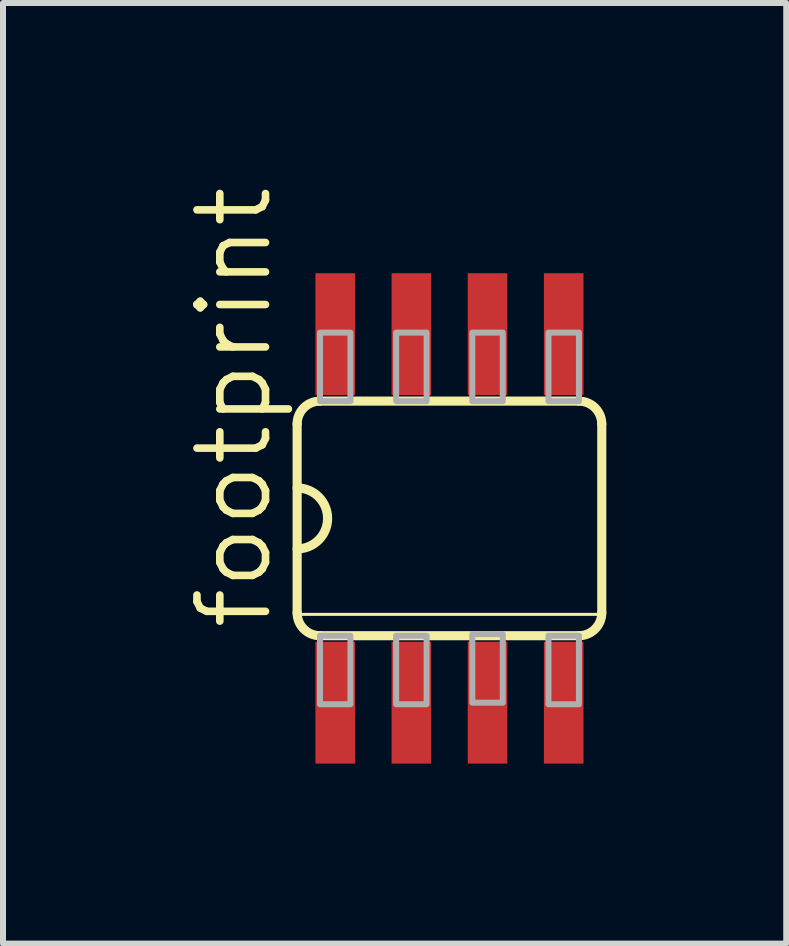
<source format=kicad_pcb>
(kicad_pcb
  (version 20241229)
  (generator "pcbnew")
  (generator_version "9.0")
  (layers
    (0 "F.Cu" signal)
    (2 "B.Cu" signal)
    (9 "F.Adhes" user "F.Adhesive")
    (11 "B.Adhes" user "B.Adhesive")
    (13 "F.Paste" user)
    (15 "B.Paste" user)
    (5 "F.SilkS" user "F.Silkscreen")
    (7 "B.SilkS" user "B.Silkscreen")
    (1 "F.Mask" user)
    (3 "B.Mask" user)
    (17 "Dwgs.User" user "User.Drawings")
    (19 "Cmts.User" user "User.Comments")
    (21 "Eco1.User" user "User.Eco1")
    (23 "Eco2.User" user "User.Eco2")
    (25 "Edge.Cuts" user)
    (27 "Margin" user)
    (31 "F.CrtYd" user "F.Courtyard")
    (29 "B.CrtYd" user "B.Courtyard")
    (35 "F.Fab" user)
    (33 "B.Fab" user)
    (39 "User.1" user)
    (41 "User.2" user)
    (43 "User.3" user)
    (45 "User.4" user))
  (footprint "footprint"
    (layer "F.Cu")
    (at 4.445 5.595)
    (property "Reference" "footprint" (at -2.921 1.905 90) (layer "F.SilkS") (effects (font (size 1.143 1.143) (thickness 0.127)) (justify left bottom)))
    (fp_line (start -2.54 -1.575) (end -2.54 1.575) (stroke (width 0.152) (type solid)) (layer "F.SilkS"))
    (fp_line (start -2.54 1.6) (end 2.54 1.6) (stroke (width 0.051) (type solid)) (layer "F.SilkS"))
    (fp_line (start -2.159 1.956) (end 2.159 1.956) (stroke (width 0.152) (type solid)) (layer "F.SilkS"))
    (fp_line (start 2.159 -1.956) (end -2.159 -1.956) (stroke (width 0.152) (type solid)) (layer "F.SilkS"))
    (fp_line (start 2.54 1.575) (end 2.54 -1.575) (stroke (width 0.152) (type solid)) (layer "F.SilkS"))
    (fp_arc (start -2.54 -1.5748) (mid -2.428408 -1.844208) (end -2.159 -1.9558) (stroke (width 0.1524) (type solid)) (layer "F.SilkS"))
    (fp_arc (start -2.54 -0.508) (mid -2.032 0) (end -2.54 0.508) (stroke (width 0.1524) (type solid)) (layer "F.SilkS"))
    (fp_arc (start -2.159 1.9558) (mid -2.428408 1.844208) (end -2.54 1.5748) (stroke (width 0.1524) (type solid)) (layer "F.SilkS"))
    (fp_arc (start 2.159 -1.9558) (mid 2.428408 -1.844208) (end 2.54 -1.5748) (stroke (width 0.1524) (type solid)) (layer "F.SilkS"))
    (fp_arc (start 2.54 1.5748) (mid 2.428408 1.844208) (end 2.159 1.9558) (stroke (width 0.1524) (type solid)) (layer "F.SilkS"))
    (fp_poly (pts (xy -2.159 -1.956) (xy -1.651 -1.956) (xy -1.651 -3.099) (xy -2.159 -3.099)) (stroke (width 0.1) (type solid)) (fill no) (layer "F.Fab"))
    (fp_poly (pts (xy -2.159 3.099) (xy -1.651 3.099) (xy -1.651 1.956) (xy -2.159 1.956)) (stroke (width 0.1) (type solid)) (fill no) (layer "F.Fab"))
    (fp_poly (pts (xy -0.889 -1.956) (xy -0.381 -1.956) (xy -0.381 -3.099) (xy -0.889 -3.099)) (stroke (width 0.1) (type solid)) (fill no) (layer "F.Fab"))
    (fp_poly (pts (xy -0.889 3.099) (xy -0.381 3.099) (xy -0.381 1.956) (xy -0.889 1.956)) (stroke (width 0.1) (type solid)) (fill no) (layer "F.Fab"))
    (fp_poly (pts (xy 0.381 -1.956) (xy 0.889 -1.956) (xy 0.889 -3.099) (xy 0.381 -3.099)) (stroke (width 0.1) (type solid)) (fill no) (layer "F.Fab"))
    (fp_poly (pts (xy 0.381 3.073) (xy 0.889 3.073) (xy 0.889 1.93) (xy 0.381 1.93)) (stroke (width 0.1) (type solid)) (fill no) (layer "F.Fab"))
    (fp_poly (pts (xy 1.651 -1.956) (xy 2.159 -1.956) (xy 2.159 -3.099) (xy 1.651 -3.099)) (stroke (width 0.1) (type solid)) (fill no) (layer "F.Fab"))
    (fp_poly (pts (xy 1.651 3.099) (xy 2.159 3.099) (xy 2.159 1.956) (xy 1.651 1.956)) (stroke (width 0.1) (type solid)) (fill no) (layer "F.Fab"))
    (pad "1" smd rect (at -1.905 3.073) (size 0.66 2.032) (layers "F.Cu" "F.Mask" "F.Paste"))
    (pad "2" smd rect (at -0.635 3.073) (size 0.66 2.032) (layers "F.Cu" "F.Mask" "F.Paste"))
    (pad "3" smd rect (at 0.635 3.073) (size 0.66 2.032) (layers "F.Cu" "F.Mask" "F.Paste"))
    (pad "4" smd rect (at 1.905 3.073) (size 0.66 2.032) (layers "F.Cu" "F.Mask" "F.Paste"))
    (pad "5" smd rect (at 1.905 -3.073) (size 0.66 2.032) (layers "F.Cu" "F.Mask" "F.Paste"))
    (pad "6" smd rect (at 0.635 -3.073) (size 0.66 2.032) (layers "F.Cu" "F.Mask" "F.Paste"))
    (pad "7" smd rect (at -0.635 -3.073) (size 0.66 2.032) (layers "F.Cu" "F.Mask" "F.Paste"))
    (pad "8" smd rect (at -1.905 -3.073) (size 0.66 2.032) (layers "F.Cu" "F.Mask" "F.Paste")))
  (gr_rect
    (start -3 -3)
    (end 10.061 12.685)
    (stroke (width 0.1) (type default))
    (fill no)
    (layer "Edge.Cuts")))
</source>
